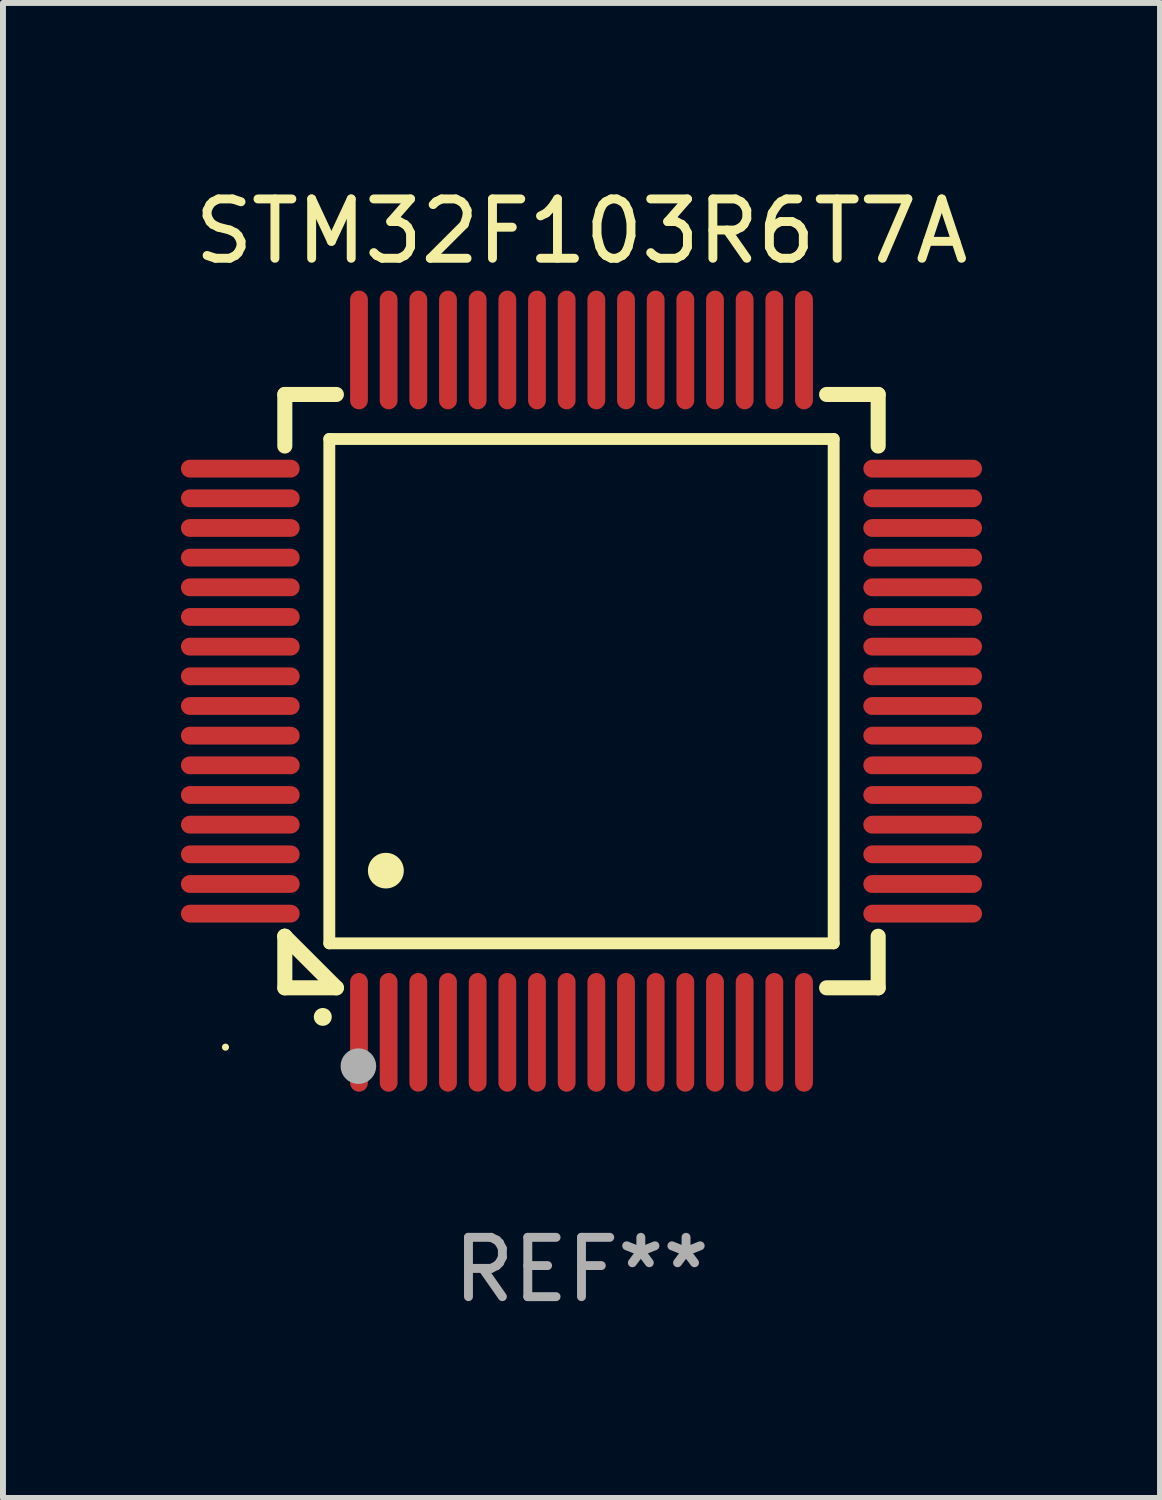
<source format=kicad_pcb>
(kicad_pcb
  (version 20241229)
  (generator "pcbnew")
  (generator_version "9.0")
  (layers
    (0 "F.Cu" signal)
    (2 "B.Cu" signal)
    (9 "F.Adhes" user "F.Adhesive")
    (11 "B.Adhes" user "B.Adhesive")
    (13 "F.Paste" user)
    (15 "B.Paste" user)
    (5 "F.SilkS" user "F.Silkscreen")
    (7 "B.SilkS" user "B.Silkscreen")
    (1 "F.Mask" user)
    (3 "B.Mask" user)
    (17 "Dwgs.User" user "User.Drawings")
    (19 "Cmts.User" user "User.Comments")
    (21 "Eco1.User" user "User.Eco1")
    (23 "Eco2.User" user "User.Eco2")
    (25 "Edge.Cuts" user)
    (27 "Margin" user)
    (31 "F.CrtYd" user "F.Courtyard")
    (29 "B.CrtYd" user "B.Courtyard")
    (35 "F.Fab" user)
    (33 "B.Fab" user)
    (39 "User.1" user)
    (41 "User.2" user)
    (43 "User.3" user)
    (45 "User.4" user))
  (footprint "STM32F103R6T7A"
    (layer "F.Cu")
    (at 6.75 8.598)
    (property "Reference" "STM32F103R6T7A" (at 0 -7.75 0) (layer "F.SilkS") (effects (font (size 1 1) (thickness 0.15))))
    (attr through_hole)
    (fp_line (start -5 -5) (end -4.131 -5) (stroke (width 0.254) (type solid)) (layer "F.SilkS"))
    (fp_line (start -5 -4.131) (end -5 -5) (stroke (width 0.254) (type solid)) (layer "F.SilkS"))
    (fp_line (start -5 4.131) (end -5 4.131) (stroke (width 0.254) (type solid)) (layer "F.SilkS"))
    (fp_line (start -5 5) (end -5 4.131) (stroke (width 0.254) (type solid)) (layer "F.SilkS"))
    (fp_line (start -5 4.131) (end -4.131 5) (stroke (width 0.254) (type solid)) (layer "F.SilkS"))
    (fp_line (start -4.25 -4.25) (end -4.25 4.25) (stroke (width 0.2) (type solid)) (layer "F.SilkS"))
    (fp_line (start -4.25 4.25) (end 4.25 4.25) (stroke (width 0.2) (type solid)) (layer "F.SilkS"))
    (fp_line (start -4.131 5) (end -5 5) (stroke (width 0.254) (type solid)) (layer "F.SilkS"))
    (fp_line (start 4.25 -4.25) (end -4.25 -4.25) (stroke (width 0.2) (type solid)) (layer "F.SilkS"))
    (fp_line (start 4.25 4.25) (end 4.25 -4.25) (stroke (width 0.2) (type solid)) (layer "F.SilkS"))
    (fp_line (start 5 -5) (end 4.131 -5) (stroke (width 0.254) (type solid)) (layer "F.SilkS"))
    (fp_line (start 5 -5) (end 5 -4.131) (stroke (width 0.254) (type solid)) (layer "F.SilkS"))
    (fp_line (start 5 4.131) (end 5 5) (stroke (width 0.254) (type solid)) (layer "F.SilkS"))
    (fp_line (start 5 5) (end 4.131 5) (stroke (width 0.254) (type solid)) (layer "F.SilkS"))
    (fp_arc (start -4.361265 5.489992) (mid -4.359995 5.489987) (end -4.358725 5.489992) (stroke (width 0.3) (type solid)) (layer "F.SilkS"))
    (fp_arc (start -3.299467 3.025146) (mid -3.296927 3.025135) (end -3.294387 3.025146) (stroke (width 0.6) (type solid)) (layer "F.SilkS"))
    (fp_circle (center -6 6) (end -5.97 6) (stroke (width 0.06) (type solid)) (fill no) (layer "F.SilkS"))
    (fp_circle (center -3.76 6.32) (end -3.61 6.32) (stroke (width 0.3) (type solid)) (fill no) (layer "F.Fab"))
    (fp_text user "REF**" (at 0 9.75 0) (layer "F.Fab") (effects (font (size 1 1) (thickness 0.15))))
    (pad "1" smd oval (at -3.75 5.75) (size 0.3 2) (layers "F.Cu" "F.Mask" "F.Paste"))
    (pad "2" smd oval (at -3.25 5.75) (size 0.3 2) (layers "F.Cu" "F.Mask" "F.Paste"))
    (pad "3" smd oval (at -2.75 5.75) (size 0.3 2) (layers "F.Cu" "F.Mask" "F.Paste"))
    (pad "4" smd oval (at -2.25 5.75) (size 0.3 2) (layers "F.Cu" "F.Mask" "F.Paste"))
    (pad "5" smd oval (at -1.75 5.75) (size 0.3 2) (layers "F.Cu" "F.Mask" "F.Paste"))
    (pad "6" smd oval (at -1.25 5.75) (size 0.3 2) (layers "F.Cu" "F.Mask" "F.Paste"))
    (pad "7" smd oval (at -0.75 5.75) (size 0.3 2) (layers "F.Cu" "F.Mask" "F.Paste"))
    (pad "8" smd oval (at -0.25 5.75) (size 0.3 2) (layers "F.Cu" "F.Mask" "F.Paste"))
    (pad "9" smd oval (at 0.25 5.75) (size 0.3 2) (layers "F.Cu" "F.Mask" "F.Paste"))
    (pad "10" smd oval (at 0.75 5.75) (size 0.3 2) (layers "F.Cu" "F.Mask" "F.Paste"))
    (pad "11" smd oval (at 1.25 5.75) (size 0.3 2) (layers "F.Cu" "F.Mask" "F.Paste"))
    (pad "12" smd oval (at 1.75 5.75) (size 0.3 2) (layers "F.Cu" "F.Mask" "F.Paste"))
    (pad "13" smd oval (at 2.25 5.75) (size 0.3 2) (layers "F.Cu" "F.Mask" "F.Paste"))
    (pad "14" smd oval (at 2.75 5.75) (size 0.3 2) (layers "F.Cu" "F.Mask" "F.Paste"))
    (pad "15" smd oval (at 3.25 5.75) (size 0.3 2) (layers "F.Cu" "F.Mask" "F.Paste"))
    (pad "16" smd oval (at 3.75 5.75) (size 0.3 2) (layers "F.Cu" "F.Mask" "F.Paste"))
    (pad "17" smd oval (at 5.75 3.75) (size 2 0.3) (layers "F.Cu" "F.Mask" "F.Paste"))
    (pad "18" smd oval (at 5.75 3.25) (size 2 0.3) (layers "F.Cu" "F.Mask" "F.Paste"))
    (pad "19" smd oval (at 5.75 2.75) (size 2 0.3) (layers "F.Cu" "F.Mask" "F.Paste"))
    (pad "20" smd oval (at 5.75 2.25) (size 2 0.3) (layers "F.Cu" "F.Mask" "F.Paste"))
    (pad "21" smd oval (at 5.75 1.75) (size 2 0.3) (layers "F.Cu" "F.Mask" "F.Paste"))
    (pad "22" smd oval (at 5.75 1.25) (size 2 0.3) (layers "F.Cu" "F.Mask" "F.Paste"))
    (pad "23" smd oval (at 5.75 0.75) (size 2 0.3) (layers "F.Cu" "F.Mask" "F.Paste"))
    (pad "24" smd oval (at 5.75 0.25) (size 2 0.3) (layers "F.Cu" "F.Mask" "F.Paste"))
    (pad "25" smd oval (at 5.75 -0.25) (size 2 0.3) (layers "F.Cu" "F.Mask" "F.Paste"))
    (pad "26" smd oval (at 5.75 -0.75) (size 2 0.3) (layers "F.Cu" "F.Mask" "F.Paste"))
    (pad "27" smd oval (at 5.75 -1.25) (size 2 0.3) (layers "F.Cu" "F.Mask" "F.Paste"))
    (pad "28" smd oval (at 5.75 -1.75) (size 2 0.3) (layers "F.Cu" "F.Mask" "F.Paste"))
    (pad "29" smd oval (at 5.75 -2.25) (size 2 0.3) (layers "F.Cu" "F.Mask" "F.Paste"))
    (pad "30" smd oval (at 5.75 -2.75) (size 2 0.3) (layers "F.Cu" "F.Mask" "F.Paste"))
    (pad "31" smd oval (at 5.75 -3.25) (size 2 0.3) (layers "F.Cu" "F.Mask" "F.Paste"))
    (pad "32" smd oval (at 5.75 -3.75) (size 2 0.3) (layers "F.Cu" "F.Mask" "F.Paste"))
    (pad "33" smd oval (at 3.75 -5.75) (size 0.3 2) (layers "F.Cu" "F.Mask" "F.Paste"))
    (pad "34" smd oval (at 3.25 -5.75) (size 0.3 2) (layers "F.Cu" "F.Mask" "F.Paste"))
    (pad "35" smd oval (at 2.75 -5.75) (size 0.3 2) (layers "F.Cu" "F.Mask" "F.Paste"))
    (pad "36" smd oval (at 2.25 -5.75) (size 0.3 2) (layers "F.Cu" "F.Mask" "F.Paste"))
    (pad "37" smd oval (at 1.75 -5.75) (size 0.3 2) (layers "F.Cu" "F.Mask" "F.Paste"))
    (pad "38" smd oval (at 1.25 -5.75) (size 0.3 2) (layers "F.Cu" "F.Mask" "F.Paste"))
    (pad "39" smd oval (at 0.75 -5.75) (size 0.3 2) (layers "F.Cu" "F.Mask" "F.Paste"))
    (pad "40" smd oval (at 0.25 -5.75) (size 0.3 2) (layers "F.Cu" "F.Mask" "F.Paste"))
    (pad "41" smd oval (at -0.25 -5.75) (size 0.3 2) (layers "F.Cu" "F.Mask" "F.Paste"))
    (pad "42" smd oval (at -0.75 -5.75) (size 0.3 2) (layers "F.Cu" "F.Mask" "F.Paste"))
    (pad "43" smd oval (at -1.25 -5.75) (size 0.3 2) (layers "F.Cu" "F.Mask" "F.Paste"))
    (pad "44" smd oval (at -1.75 -5.75) (size 0.3 2) (layers "F.Cu" "F.Mask" "F.Paste"))
    (pad "45" smd oval (at -2.25 -5.75) (size 0.3 2) (layers "F.Cu" "F.Mask" "F.Paste"))
    (pad "46" smd oval (at -2.75 -5.75) (size 0.3 2) (layers "F.Cu" "F.Mask" "F.Paste"))
    (pad "47" smd oval (at -3.25 -5.75) (size 0.3 2) (layers "F.Cu" "F.Mask" "F.Paste"))
    (pad "48" smd oval (at -3.75 -5.75) (size 0.3 2) (layers "F.Cu" "F.Mask" "F.Paste"))
    (pad "49" smd oval (at -5.75 -3.75) (size 2 0.3) (layers "F.Cu" "F.Mask" "F.Paste"))
    (pad "50" smd oval (at -5.75 -3.25) (size 2 0.3) (layers "F.Cu" "F.Mask" "F.Paste"))
    (pad "51" smd oval (at -5.75 -2.75) (size 2 0.3) (layers "F.Cu" "F.Mask" "F.Paste"))
    (pad "52" smd oval (at -5.75 -2.25) (size 2 0.3) (layers "F.Cu" "F.Mask" "F.Paste"))
    (pad "53" smd oval (at -5.75 -1.75) (size 2 0.3) (layers "F.Cu" "F.Mask" "F.Paste"))
    (pad "54" smd oval (at -5.75 -1.25) (size 2 0.3) (layers "F.Cu" "F.Mask" "F.Paste"))
    (pad "55" smd oval (at -5.75 -0.75) (size 2 0.3) (layers "F.Cu" "F.Mask" "F.Paste"))
    (pad "56" smd oval (at -5.75 -0.25) (size 2 0.3) (layers "F.Cu" "F.Mask" "F.Paste"))
    (pad "57" smd oval (at -5.75 0.25) (size 2 0.3) (layers "F.Cu" "F.Mask" "F.Paste"))
    (pad "58" smd oval (at -5.75 0.75) (size 2 0.3) (layers "F.Cu" "F.Mask" "F.Paste"))
    (pad "59" smd oval (at -5.75 1.25) (size 2 0.3) (layers "F.Cu" "F.Mask" "F.Paste"))
    (pad "60" smd oval (at -5.75 1.75) (size 2 0.3) (layers "F.Cu" "F.Mask" "F.Paste"))
    (pad "61" smd oval (at -5.75 2.25) (size 2 0.3) (layers "F.Cu" "F.Mask" "F.Paste"))
    (pad "62" smd oval (at -5.75 2.75) (size 2 0.3) (layers "F.Cu" "F.Mask" "F.Paste"))
    (pad "63" smd oval (at -5.75 3.25) (size 2 0.3) (layers "F.Cu" "F.Mask" "F.Paste"))
    (pad "64" smd oval (at -5.75 3.75) (size 2 0.3) (layers "F.Cu" "F.Mask" "F.Paste")))
  (gr_rect
    (start -3 -3)
    (end 16.5 22.196)
    (stroke (width 0.1) (type default))
    (fill no)
    (layer "Edge.Cuts")))
</source>
